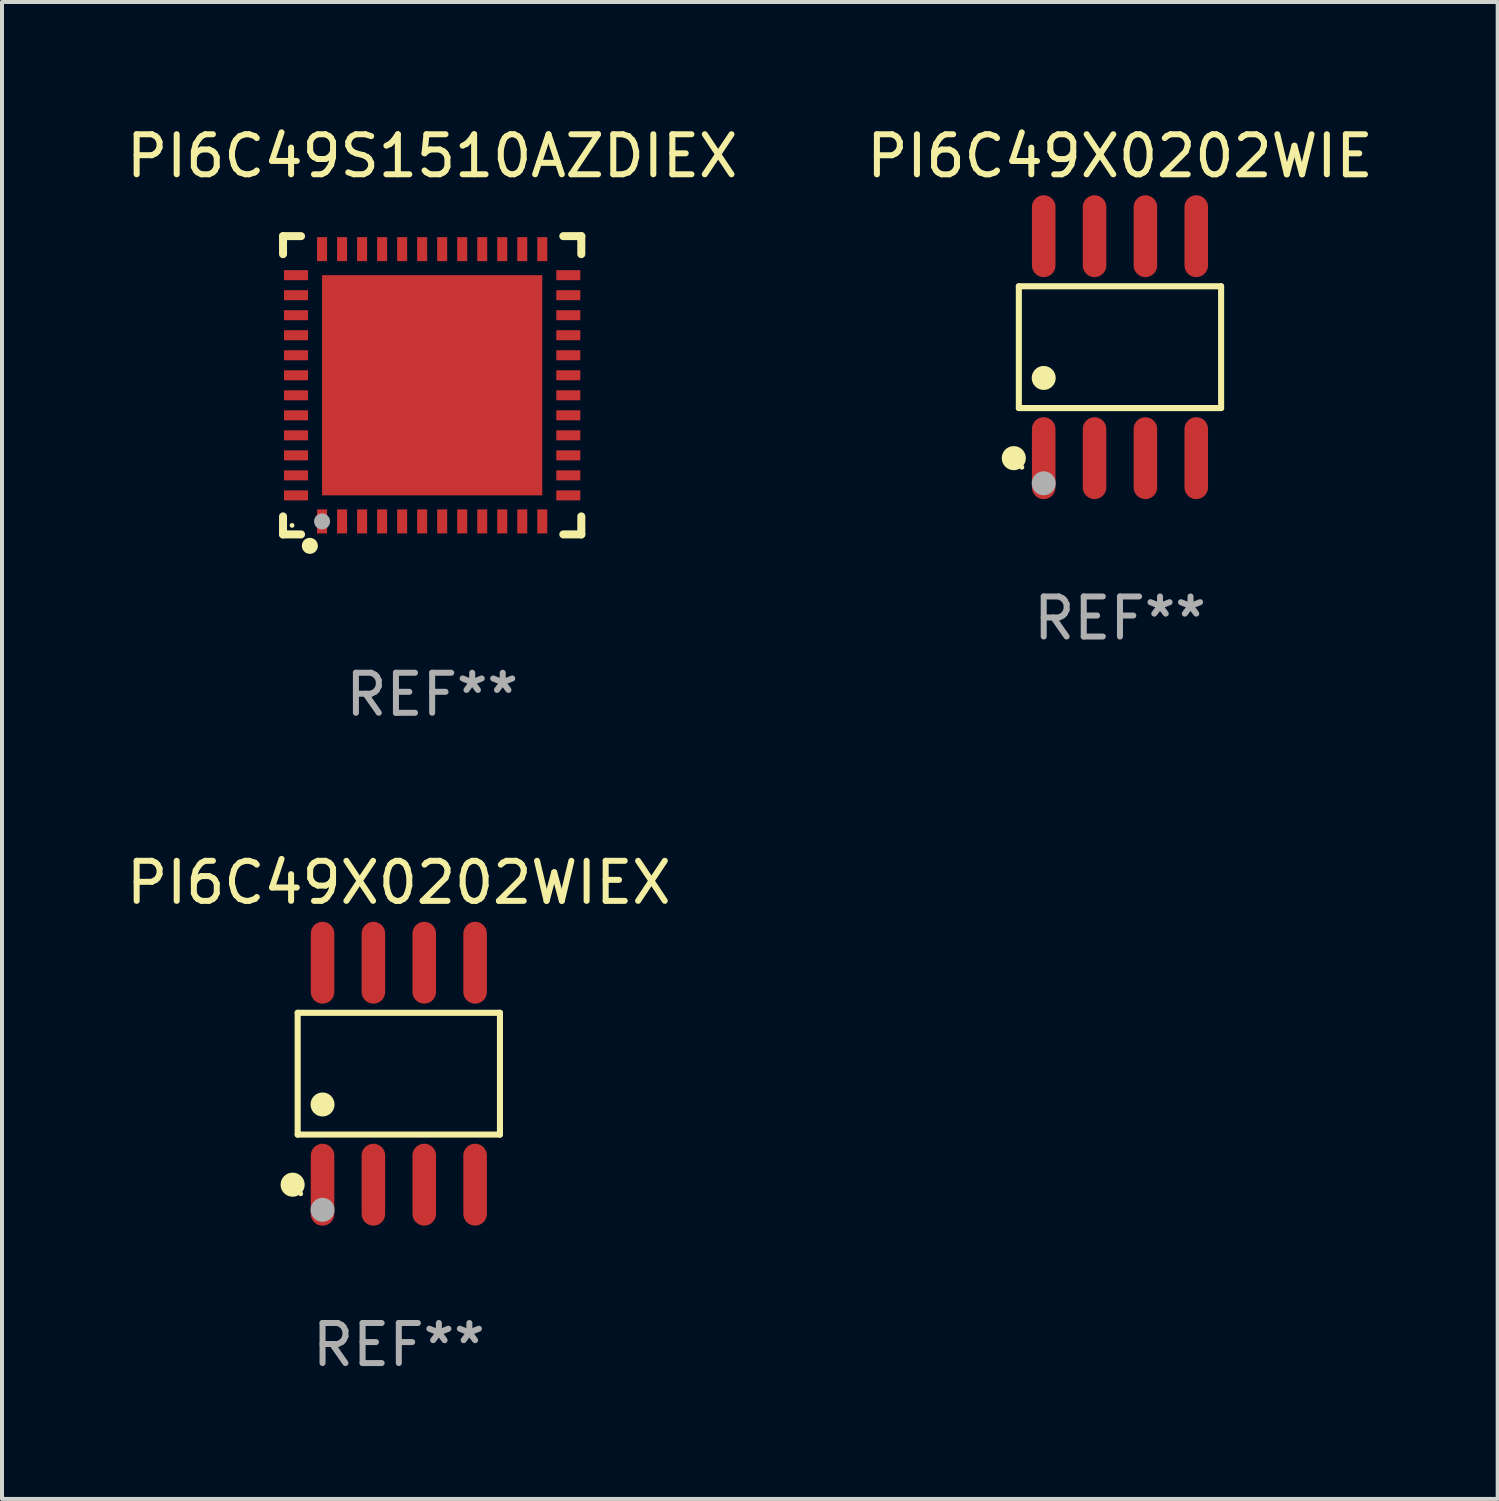
<source format=kicad_pcb>
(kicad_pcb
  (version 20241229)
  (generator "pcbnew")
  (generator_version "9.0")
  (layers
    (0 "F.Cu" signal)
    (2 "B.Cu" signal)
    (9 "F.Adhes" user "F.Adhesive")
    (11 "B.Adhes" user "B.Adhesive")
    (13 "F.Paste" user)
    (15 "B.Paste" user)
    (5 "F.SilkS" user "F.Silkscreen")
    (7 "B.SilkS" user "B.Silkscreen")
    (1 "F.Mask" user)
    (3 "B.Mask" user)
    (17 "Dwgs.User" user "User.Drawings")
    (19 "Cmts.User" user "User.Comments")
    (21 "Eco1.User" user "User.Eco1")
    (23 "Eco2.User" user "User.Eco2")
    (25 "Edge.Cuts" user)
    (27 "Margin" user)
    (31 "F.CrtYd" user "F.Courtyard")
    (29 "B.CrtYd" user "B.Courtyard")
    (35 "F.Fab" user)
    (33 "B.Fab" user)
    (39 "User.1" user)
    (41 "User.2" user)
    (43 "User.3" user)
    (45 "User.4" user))
  (footprint "PI6C49X0202WIEX"
    (layer "F.Cu")
    (at 6.911 23.767)
    (property "Reference" "PI6C49X0202WIEX" (at 0 -4.772 0) (layer "F.SilkS") (effects (font (size 1 1) (thickness 0.15))))
    (attr through_hole)
    (fp_line (start -2.526 -1.521) (end 2.526 -1.521) (stroke (width 0.152) (type solid)) (layer "F.SilkS"))
    (fp_line (start -2.526 1.521) (end -2.526 -1.521) (stroke (width 0.152) (type solid)) (layer "F.SilkS"))
    (fp_line (start 2.526 -1.521) (end 2.526 1.521) (stroke (width 0.152) (type solid)) (layer "F.SilkS"))
    (fp_line (start 2.526 1.521) (end -2.526 1.521) (stroke (width 0.152) (type solid)) (layer "F.SilkS"))
    (fp_circle (center -2.652 2.772) (end -2.501 2.772) (stroke (width 0.3) (type solid)) (fill no) (layer "F.SilkS"))
    (fp_circle (center -2.45 3) (end -2.42 3) (stroke (width 0.06) (type solid)) (fill no) (layer "F.SilkS"))
    (fp_circle (center -1.905 0.769) (end -1.755 0.769) (stroke (width 0.3) (type solid)) (fill no) (layer "F.SilkS"))
    (fp_circle (center -1.905 3.4) (end -1.755 3.4) (stroke (width 0.3) (type solid)) (fill no) (layer "F.Fab"))
    (fp_text user "REF**" (at 0 6.772 0) (layer "F.Fab") (effects (font (size 1 1) (thickness 0.15))))
    (pad "1" smd oval (at -1.905 2.772) (size 0.588 2.045) (layers "F.Cu" "F.Mask" "F.Paste"))
    (pad "2" smd oval (at -0.635 2.772) (size 0.588 2.045) (layers "F.Cu" "F.Mask" "F.Paste"))
    (pad "3" smd oval (at 0.635 2.772) (size 0.588 2.045) (layers "F.Cu" "F.Mask" "F.Paste"))
    (pad "4" smd oval (at 1.905 2.772) (size 0.588 2.045) (layers "F.Cu" "F.Mask" "F.Paste"))
    (pad "5" smd oval (at 1.905 -2.772) (size 0.588 2.045) (layers "F.Cu" "F.Mask" "F.Paste"))
    (pad "6" smd oval (at 0.635 -2.772) (size 0.588 2.045) (layers "F.Cu" "F.Mask" "F.Paste"))
    (pad "7" smd oval (at -0.635 -2.772) (size 0.588 2.045) (layers "F.Cu" "F.Mask" "F.Paste"))
    (pad "8" smd oval (at -1.905 -2.772) (size 0.588 2.045) (layers "F.Cu" "F.Mask" "F.Paste")))
  (footprint "PI6C49S1510AZDIEX"
    (layer "F.Cu")
    (at 7.744 6.573)
    (property "Reference" "PI6C49S1510AZDIEX" (at 0 -5.725 0) (layer "F.SilkS") (effects (font (size 1 1) (thickness 0.15))))
    (attr through_hole)
    (fp_line (start -3.725 -3.725) (end -3.275 -3.725) (stroke (width 0.2) (type solid)) (layer "F.SilkS"))
    (fp_line (start -3.725 -3.275) (end -3.725 -3.725) (stroke (width 0.2) (type solid)) (layer "F.SilkS"))
    (fp_line (start -3.725 3.725) (end -3.725 3.275) (stroke (width 0.2) (type solid)) (layer "F.SilkS"))
    (fp_line (start -3.275 3.725) (end -3.725 3.725) (stroke (width 0.2) (type solid)) (layer "F.SilkS"))
    (fp_line (start 3.275 3.725) (end 3.725 3.725) (stroke (width 0.2) (type solid)) (layer "F.SilkS"))
    (fp_line (start 3.725 -3.725) (end 3.275 -3.725) (stroke (width 0.2) (type solid)) (layer "F.SilkS"))
    (fp_line (start 3.725 -3.275) (end 3.725 -3.725) (stroke (width 0.2) (type solid)) (layer "F.SilkS"))
    (fp_line (start 3.725 3.725) (end 3.725 3.275) (stroke (width 0.2) (type solid)) (layer "F.SilkS"))
    (fp_circle (center -3.5 3.5) (end -3.47 3.5) (stroke (width 0.06) (type solid)) (fill no) (layer "F.SilkS"))
    (fp_circle (center -3.055 4.01) (end -2.955 4.01) (stroke (width 0.2) (type solid)) (fill no) (layer "F.SilkS"))
    (fp_circle (center -2.75 3.4) (end -2.65 3.4) (stroke (width 0.2) (type solid)) (fill no) (layer "F.Fab"))
    (fp_text user "REF**" (at 0 7.725 0) (layer "F.Fab") (effects (font (size 1 1) (thickness 0.15))))
    (pad "1" smd rect (at -2.75 3.4 180) (size 0.25 0.6) (layers "F.Cu" "F.Mask" "F.Paste"))
    (pad "2" smd rect (at -2.25 3.4 180) (size 0.25 0.6) (layers "F.Cu" "F.Mask" "F.Paste"))
    (pad "3" smd rect (at -1.75 3.4 180) (size 0.25 0.6) (layers "F.Cu" "F.Mask" "F.Paste"))
    (pad "4" smd rect (at -1.25 3.4 180) (size 0.25 0.6) (layers "F.Cu" "F.Mask" "F.Paste"))
    (pad "5" smd rect (at -0.75 3.4 180) (size 0.25 0.6) (layers "F.Cu" "F.Mask" "F.Paste"))
    (pad "6" smd rect (at -0.25 3.4 180) (size 0.25 0.6) (layers "F.Cu" "F.Mask" "F.Paste"))
    (pad "7" smd rect (at 0.25 3.4 180) (size 0.25 0.6) (layers "F.Cu" "F.Mask" "F.Paste"))
    (pad "8" smd rect (at 0.75 3.4 180) (size 0.25 0.6) (layers "F.Cu" "F.Mask" "F.Paste"))
    (pad "9" smd rect (at 1.25 3.4 180) (size 0.25 0.6) (layers "F.Cu" "F.Mask" "F.Paste"))
    (pad "10" smd rect (at 1.75 3.4 180) (size 0.25 0.6) (layers "F.Cu" "F.Mask" "F.Paste"))
    (pad "11" smd rect (at 2.25 3.4 180) (size 0.25 0.6) (layers "F.Cu" "F.Mask" "F.Paste"))
    (pad "12" smd rect (at 2.75 3.4 180) (size 0.25 0.6) (layers "F.Cu" "F.Mask" "F.Paste"))
    (pad "13" smd rect (at 3.4 2.75 90) (size 0.25 0.6) (layers "F.Cu" "F.Mask" "F.Paste"))
    (pad "14" smd rect (at 3.4 2.25 90) (size 0.25 0.6) (layers "F.Cu" "F.Mask" "F.Paste"))
    (pad "15" smd rect (at 3.4 1.75 90) (size 0.25 0.6) (layers "F.Cu" "F.Mask" "F.Paste"))
    (pad "16" smd rect (at 3.4 1.25 90) (size 0.25 0.6) (layers "F.Cu" "F.Mask" "F.Paste"))
    (pad "17" smd rect (at 3.4 0.75 90) (size 0.25 0.6) (layers "F.Cu" "F.Mask" "F.Paste"))
    (pad "18" smd rect (at 3.4 0.25 90) (size 0.25 0.6) (layers "F.Cu" "F.Mask" "F.Paste"))
    (pad "19" smd rect (at 3.4 -0.25 90) (size 0.25 0.6) (layers "F.Cu" "F.Mask" "F.Paste"))
    (pad "20" smd rect (at 3.4 -0.75 90) (size 0.25 0.6) (layers "F.Cu" "F.Mask" "F.Paste"))
    (pad "21" smd rect (at 3.4 -1.25 90) (size 0.25 0.6) (layers "F.Cu" "F.Mask" "F.Paste"))
    (pad "22" smd rect (at 3.4 -1.75 90) (size 0.25 0.6) (layers "F.Cu" "F.Mask" "F.Paste"))
    (pad "23" smd rect (at 3.4 -2.25 90) (size 0.25 0.6) (layers "F.Cu" "F.Mask" "F.Paste"))
    (pad "24" smd rect (at 3.4 -2.75 90) (size 0.25 0.6) (layers "F.Cu" "F.Mask" "F.Paste"))
    (pad "25" smd rect (at 2.75 -3.4 180) (size 0.25 0.6) (layers "F.Cu" "F.Mask" "F.Paste"))
    (pad "26" smd rect (at 2.25 -3.4 180) (size 0.25 0.6) (layers "F.Cu" "F.Mask" "F.Paste"))
    (pad "27" smd rect (at 1.75 -3.4 180) (size 0.25 0.6) (layers "F.Cu" "F.Mask" "F.Paste"))
    (pad "28" smd rect (at 1.25 -3.4 180) (size 0.25 0.6) (layers "F.Cu" "F.Mask" "F.Paste"))
    (pad "29" smd rect (at 0.75 -3.4 180) (size 0.25 0.6) (layers "F.Cu" "F.Mask" "F.Paste"))
    (pad "30" smd rect (at 0.25 -3.4 180) (size 0.25 0.6) (layers "F.Cu" "F.Mask" "F.Paste"))
    (pad "31" smd rect (at -0.25 -3.4 180) (size 0.25 0.6) (layers "F.Cu" "F.Mask" "F.Paste"))
    (pad "32" smd rect (at -0.75 -3.4 180) (size 0.25 0.6) (layers "F.Cu" "F.Mask" "F.Paste"))
    (pad "33" smd rect (at -1.25 -3.4 180) (size 0.25 0.6) (layers "F.Cu" "F.Mask" "F.Paste"))
    (pad "34" smd rect (at -1.75 -3.4 180) (size 0.25 0.6) (layers "F.Cu" "F.Mask" "F.Paste"))
    (pad "35" smd rect (at -2.25 -3.4 180) (size 0.25 0.6) (layers "F.Cu" "F.Mask" "F.Paste"))
    (pad "36" smd rect (at -2.75 -3.4 180) (size 0.25 0.6) (layers "F.Cu" "F.Mask" "F.Paste"))
    (pad "37" smd rect (at -3.4 -2.75 90) (size 0.25 0.6) (layers "F.Cu" "F.Mask" "F.Paste"))
    (pad "38" smd rect (at -3.4 -2.25 90) (size 0.25 0.6) (layers "F.Cu" "F.Mask" "F.Paste"))
    (pad "39" smd rect (at -3.4 -1.75 90) (size 0.25 0.6) (layers "F.Cu" "F.Mask" "F.Paste"))
    (pad "40" smd rect (at -3.4 -1.25 90) (size 0.25 0.6) (layers "F.Cu" "F.Mask" "F.Paste"))
    (pad "41" smd rect (at -3.4 -0.75 90) (size 0.25 0.6) (layers "F.Cu" "F.Mask" "F.Paste"))
    (pad "42" smd rect (at -3.4 -0.25 90) (size 0.25 0.6) (layers "F.Cu" "F.Mask" "F.Paste"))
    (pad "43" smd rect (at -3.4 0.25 90) (size 0.25 0.6) (layers "F.Cu" "F.Mask" "F.Paste"))
    (pad "44" smd rect (at -3.4 0.75 90) (size 0.25 0.6) (layers "F.Cu" "F.Mask" "F.Paste"))
    (pad "45" smd rect (at -3.4 1.25 90) (size 0.25 0.6) (layers "F.Cu" "F.Mask" "F.Paste"))
    (pad "46" smd rect (at -3.4 1.75 90) (size 0.25 0.6) (layers "F.Cu" "F.Mask" "F.Paste"))
    (pad "47" smd rect (at -3.4 2.25 90) (size 0.25 0.6) (layers "F.Cu" "F.Mask" "F.Paste"))
    (pad "48" smd rect (at -3.4 2.75 90) (size 0.25 0.6) (layers "F.Cu" "F.Mask" "F.Paste"))
    (pad "49" smd rect (at -0.000076 -0.000076 90) (size 5.5 5.5) (layers "F.Cu" "F.Mask" "F.Paste")))
  (footprint "PI6C49X0202WIE"
    (layer "F.Cu")
    (at 24.923 5.621)
    (property "Reference" "PI6C49X0202WIE" (at 0 -4.772 0) (layer "F.SilkS") (effects (font (size 1 1) (thickness 0.15))))
    (attr through_hole)
    (fp_line (start -2.526 -1.521) (end 2.526 -1.521) (stroke (width 0.152) (type solid)) (layer "F.SilkS"))
    (fp_line (start -2.526 1.521) (end -2.526 -1.521) (stroke (width 0.152) (type solid)) (layer "F.SilkS"))
    (fp_line (start 2.526 -1.521) (end 2.526 1.521) (stroke (width 0.152) (type solid)) (layer "F.SilkS"))
    (fp_line (start 2.526 1.521) (end -2.526 1.521) (stroke (width 0.152) (type solid)) (layer "F.SilkS"))
    (fp_circle (center -2.652 2.772) (end -2.501 2.772) (stroke (width 0.3) (type solid)) (fill no) (layer "F.SilkS"))
    (fp_circle (center -2.45 3) (end -2.42 3) (stroke (width 0.06) (type solid)) (fill no) (layer "F.SilkS"))
    (fp_circle (center -1.905 0.769) (end -1.755 0.769) (stroke (width 0.3) (type solid)) (fill no) (layer "F.SilkS"))
    (fp_circle (center -1.905 3.4) (end -1.755 3.4) (stroke (width 0.3) (type solid)) (fill no) (layer "F.Fab"))
    (fp_text user "REF**" (at 0 6.772 0) (layer "F.Fab") (effects (font (size 1 1) (thickness 0.15))))
    (pad "1" smd oval (at -1.905 2.772) (size 0.588 2.045) (layers "F.Cu" "F.Mask" "F.Paste"))
    (pad "2" smd oval (at -0.635 2.772) (size 0.588 2.045) (layers "F.Cu" "F.Mask" "F.Paste"))
    (pad "3" smd oval (at 0.635 2.772) (size 0.588 2.045) (layers "F.Cu" "F.Mask" "F.Paste"))
    (pad "4" smd oval (at 1.905 2.772) (size 0.588 2.045) (layers "F.Cu" "F.Mask" "F.Paste"))
    (pad "5" smd oval (at 1.905 -2.772) (size 0.588 2.045) (layers "F.Cu" "F.Mask" "F.Paste"))
    (pad "6" smd oval (at 0.635 -2.772) (size 0.588 2.045) (layers "F.Cu" "F.Mask" "F.Paste"))
    (pad "7" smd oval (at -0.635 -2.772) (size 0.588 2.045) (layers "F.Cu" "F.Mask" "F.Paste"))
    (pad "8" smd oval (at -1.905 -2.772) (size 0.588 2.045) (layers "F.Cu" "F.Mask" "F.Paste")))
  (gr_rect
    (start -3 -3)
    (end 34.357 34.388)
    (stroke (width 0.1) (type default))
    (fill no)
    (layer "Edge.Cuts")))
</source>
